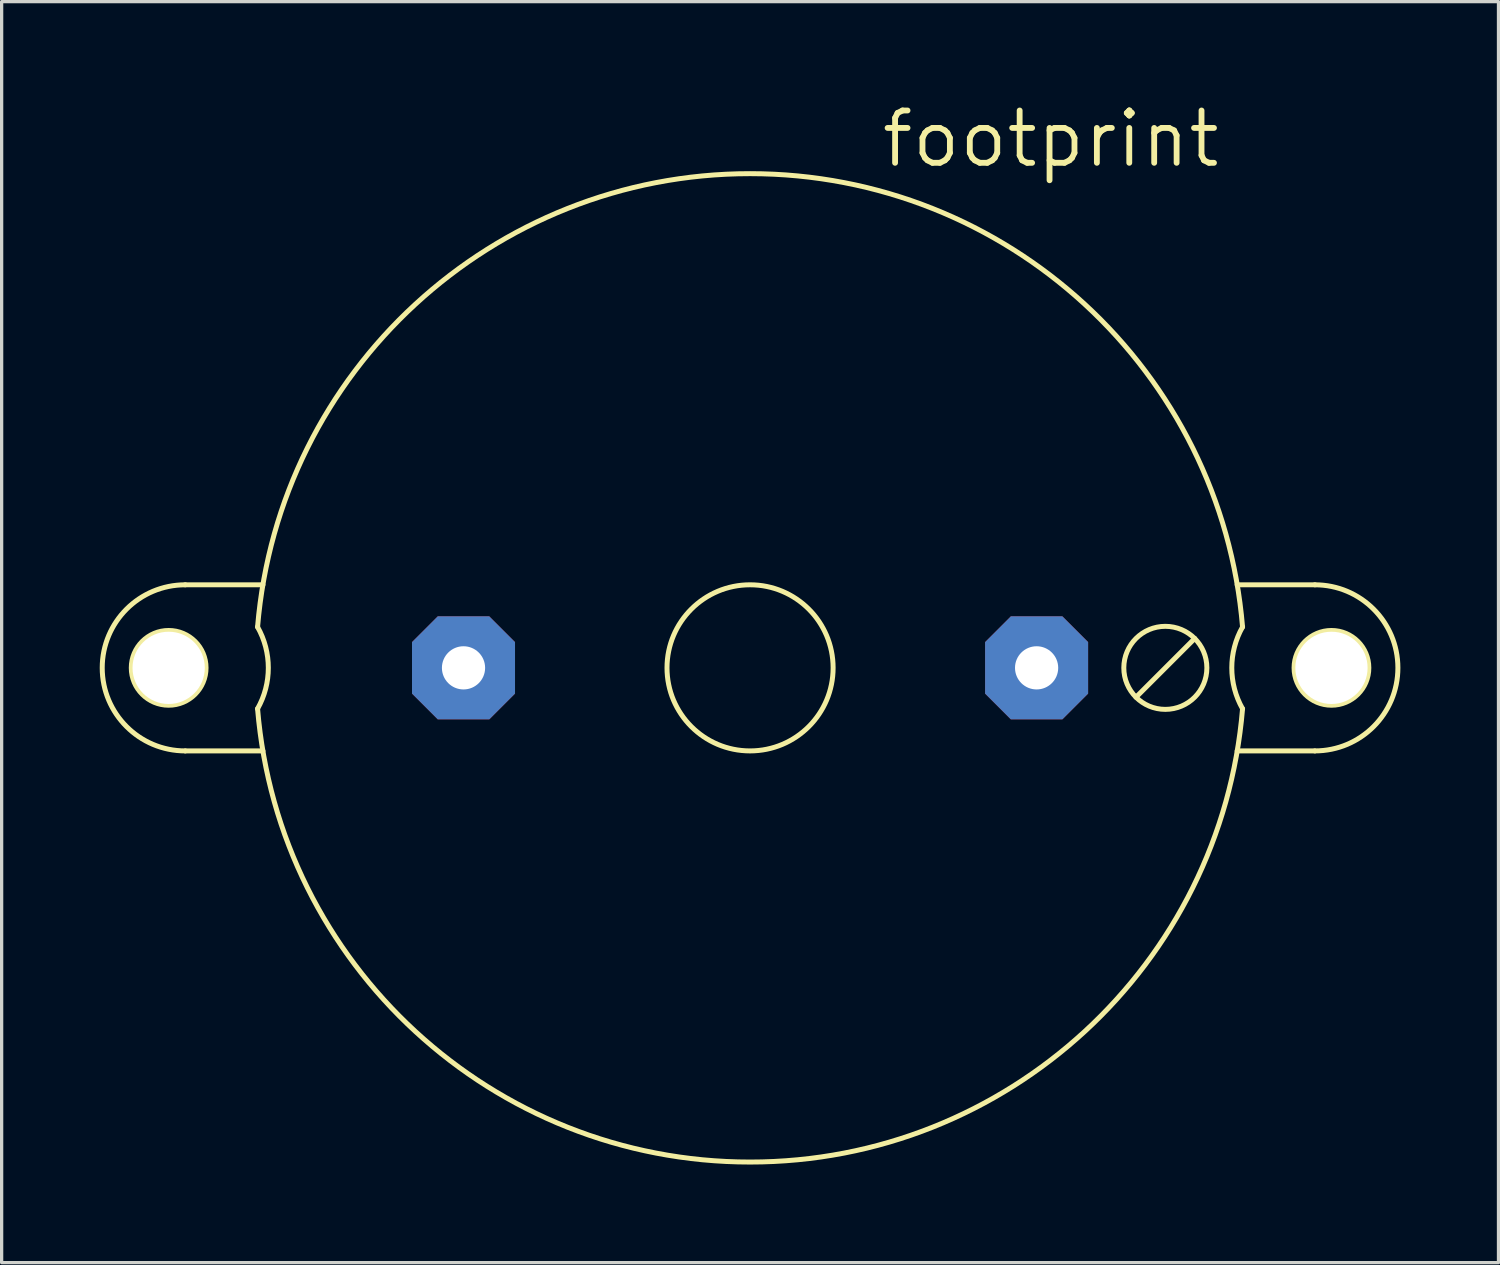
<source format=kicad_pcb>
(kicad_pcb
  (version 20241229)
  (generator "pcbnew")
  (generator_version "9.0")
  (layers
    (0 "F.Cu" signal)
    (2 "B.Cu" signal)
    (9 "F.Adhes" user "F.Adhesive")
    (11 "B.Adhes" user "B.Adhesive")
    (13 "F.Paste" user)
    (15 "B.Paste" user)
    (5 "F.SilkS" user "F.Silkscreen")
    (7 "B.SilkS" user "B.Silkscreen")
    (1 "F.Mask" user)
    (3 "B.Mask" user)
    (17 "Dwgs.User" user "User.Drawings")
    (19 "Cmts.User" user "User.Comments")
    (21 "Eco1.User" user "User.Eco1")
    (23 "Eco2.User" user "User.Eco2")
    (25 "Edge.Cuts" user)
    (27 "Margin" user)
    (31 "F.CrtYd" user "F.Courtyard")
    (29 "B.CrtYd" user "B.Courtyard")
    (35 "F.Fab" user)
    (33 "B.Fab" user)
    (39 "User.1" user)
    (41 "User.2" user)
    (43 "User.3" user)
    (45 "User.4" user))
  (footprint "footprint"
    (layer "F.Cu")
    (at 19.888 17.374)
    (property "Reference" "footprint" (at 3.937 -15.24 0) (layer "F.SilkS") (effects (font (size 1.6 1.6) (thickness 0.178)) (justify left bottom)))
    (fp_line (start -14.898 -2.54) (end -17.272 -2.54) (stroke (width 0.152) (type solid)) (layer "F.SilkS"))
    (fp_line (start -14.898 2.54) (end -17.272 2.54) (stroke (width 0.152) (type solid)) (layer "F.SilkS"))
    (fp_line (start 11.802 0.898) (end 13.598 -0.898) (stroke (width 0.152) (type solid)) (layer "F.SilkS"))
    (fp_line (start 14.898 -2.54) (end 17.272 -2.54) (stroke (width 0.152) (type solid)) (layer "F.SilkS"))
    (fp_line (start 14.898 2.54) (end 17.272 2.54) (stroke (width 0.152) (type solid)) (layer "F.SilkS"))
    (fp_arc (start -17.272 2.54) (mid -19.812 0) (end -17.272 -2.54) (stroke (width 0.1524) (type solid)) (layer "F.SilkS"))
    (fp_arc (start -15.0612 -1.2505) (mid -14.732042 0) (end -15.0612 1.2505) (stroke (width 0.1524) (type solid)) (layer "F.SilkS"))
    (fp_arc (start -15.0612 -1.2505) (mid 0 -15.113024) (end 15.0612 -1.2505) (stroke (width 0.1524) (type solid)) (layer "F.SilkS"))
    (fp_arc (start 15.0612 1.2505) (mid 0 15.113024) (end -15.0612 1.2505) (stroke (width 0.1524) (type solid)) (layer "F.SilkS"))
    (fp_arc (start 15.0612 1.2505) (mid 14.732042 0) (end 15.0612 -1.2505) (stroke (width 0.1524) (type solid)) (layer "F.SilkS"))
    (fp_arc (start 17.272 -2.54) (mid 19.812 0) (end 17.272 2.54) (stroke (width 0.1524) (type solid)) (layer "F.SilkS"))
    (fp_circle (center -17.78 0) (end -16.637 0) (stroke (width 0.152) (type solid)) (fill no) (layer "F.SilkS"))
    (fp_circle (center 0 0) (end 2.54 0) (stroke (width 0.152) (type solid)) (fill no) (layer "F.SilkS"))
    (fp_circle (center 12.7 0) (end 13.97 0) (stroke (width 0.152) (type solid)) (fill no) (layer "F.SilkS"))
    (fp_circle (center 17.78 0) (end 18.923 0) (stroke (width 0.152) (type solid)) (fill no) (layer "F.SilkS"))
    (pad "" np_thru_hole circle (at -17.78 0) (size 2.21 2.21) (drill 2.21) (layers "*.Cu" "*.Mask"))
    (pad "" np_thru_hole circle (at 17.78 0) (size 2.21 2.21) (drill 2.21) (layers "*.Cu" "*.Mask"))
    (pad "+" thru_hole roundrect (at 8.763 0) (size 3.15 3.15) (drill 1.321) (layers "*.Cu" "*.Mask") (roundrect_rratio 0.25) (chamfer_ratio 0.25) (chamfer top_left top_right bottom_left bottom_right))
    (pad "-" thru_hole roundrect (at -8.763 0) (size 3.15 3.15) (drill 1.321) (layers "*.Cu" "*.Mask") (roundrect_rratio 0.25) (chamfer_ratio 0.25) (chamfer top_left top_right bottom_left bottom_right)))
  (gr_rect
    (start -3 -3)
    (end 42.776 35.563)
    (stroke (width 0.1) (type default))
    (fill no)
    (layer "Edge.Cuts")))
</source>
